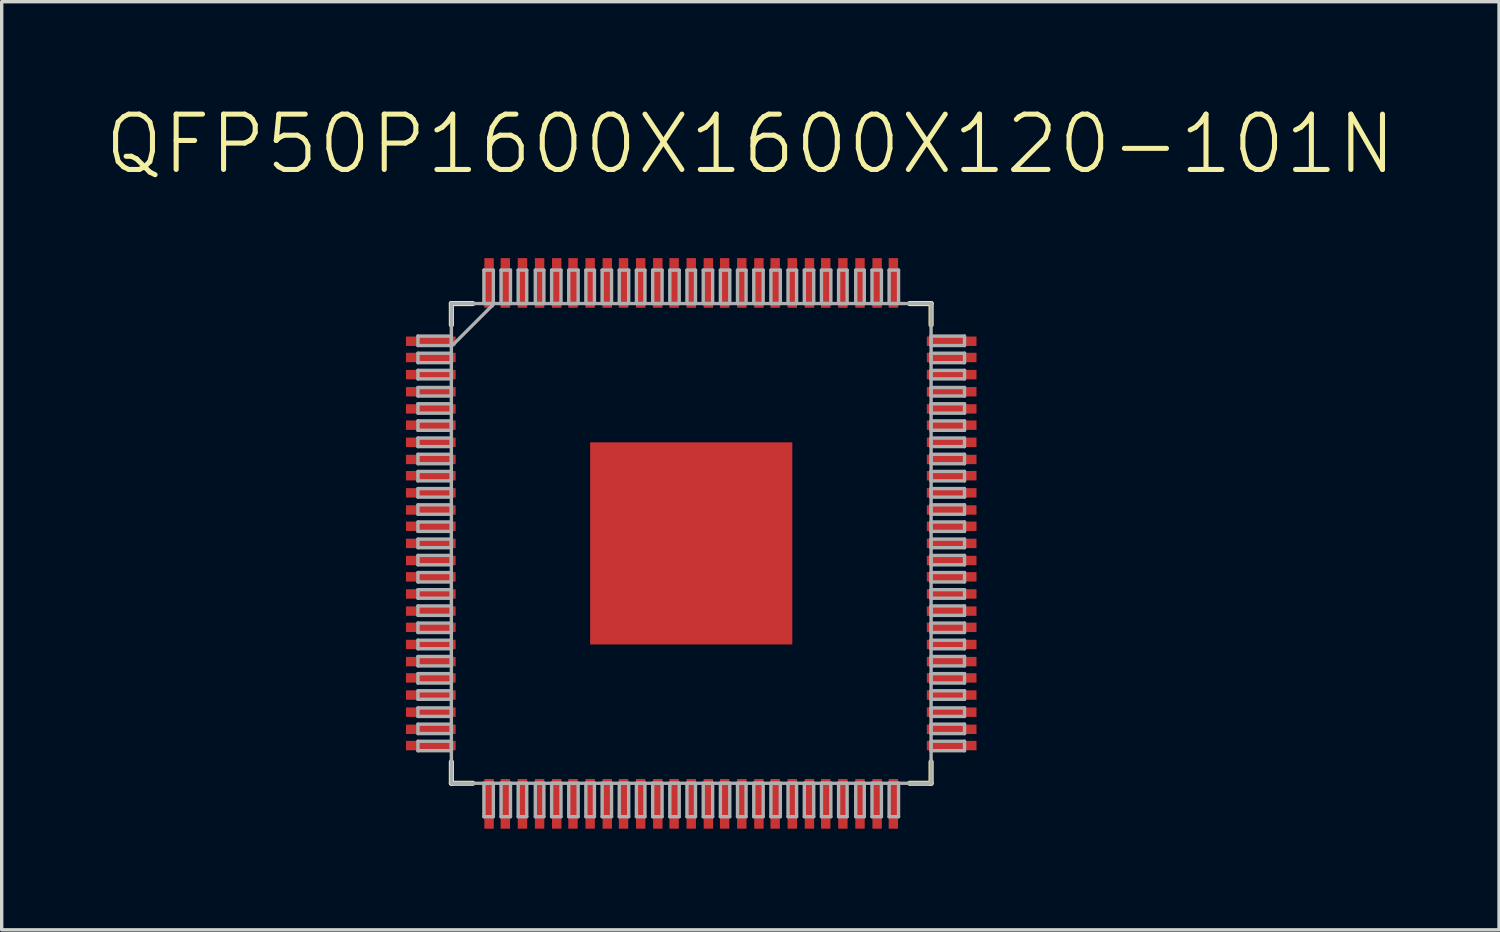
<source format=kicad_pcb>
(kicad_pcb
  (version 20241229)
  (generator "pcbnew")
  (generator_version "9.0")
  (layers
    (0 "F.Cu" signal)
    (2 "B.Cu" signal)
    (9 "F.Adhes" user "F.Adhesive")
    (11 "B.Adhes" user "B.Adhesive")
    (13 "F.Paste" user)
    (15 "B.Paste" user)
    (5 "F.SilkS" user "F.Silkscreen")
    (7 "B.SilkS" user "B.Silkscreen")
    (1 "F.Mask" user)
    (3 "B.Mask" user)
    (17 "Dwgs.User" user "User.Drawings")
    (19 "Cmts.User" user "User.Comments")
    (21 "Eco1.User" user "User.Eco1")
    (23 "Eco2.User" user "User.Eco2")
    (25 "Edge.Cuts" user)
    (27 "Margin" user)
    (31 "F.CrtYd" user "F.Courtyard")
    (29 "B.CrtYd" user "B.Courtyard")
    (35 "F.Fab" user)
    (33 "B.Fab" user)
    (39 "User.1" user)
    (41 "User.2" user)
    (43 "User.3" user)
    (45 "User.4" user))
  (footprint "QFP50P1600X1600X120-101N"
    (layer "F.Cu")
    (at 17.445 13.062)
    (property "Reference" "QFP50P1600X1600X120-101N" (at 1.753 -11.839 0) (layer "F.SilkS") (effects (font (size 1.64 1.64) (thickness 0.15))))
    (attr smd)
    (fp_line (start -7.112 -7.112) (end -7.112 -6.477) (stroke (width 0.152) (type solid)) (layer "F.SilkS"))
    (fp_line (start -7.112 6.477) (end -7.112 7.112) (stroke (width 0.152) (type solid)) (layer "F.SilkS"))
    (fp_line (start -7.112 7.112) (end -6.477 7.112) (stroke (width 0.152) (type solid)) (layer "F.SilkS"))
    (fp_line (start -6.477 -7.112) (end -7.112 -7.112) (stroke (width 0.152) (type solid)) (layer "F.SilkS"))
    (fp_line (start 6.477 7.112) (end 7.112 7.112) (stroke (width 0.152) (type solid)) (layer "F.SilkS"))
    (fp_line (start 7.112 -7.112) (end 6.477 -7.112) (stroke (width 0.152) (type solid)) (layer "F.SilkS"))
    (fp_line (start 7.112 -6.477) (end 7.112 -7.112) (stroke (width 0.152) (type solid)) (layer "F.SilkS"))
    (fp_line (start 7.112 7.112) (end 7.112 6.477) (stroke (width 0.152) (type solid)) (layer "F.SilkS"))
    (fp_line (start -8.103 -6.147) (end -8.103 -5.867) (stroke (width 0.1) (type solid)) (layer "F.Fab"))
    (fp_line (start -8.103 -5.867) (end -7.112 -5.867) (stroke (width 0.1) (type solid)) (layer "F.Fab"))
    (fp_line (start -8.103 -5.639) (end -8.103 -5.359) (stroke (width 0.1) (type solid)) (layer "F.Fab"))
    (fp_line (start -8.103 -5.359) (end -7.112 -5.359) (stroke (width 0.1) (type solid)) (layer "F.Fab"))
    (fp_line (start -8.103 -5.131) (end -8.103 -4.877) (stroke (width 0.1) (type solid)) (layer "F.Fab"))
    (fp_line (start -8.103 -4.877) (end -7.112 -4.877) (stroke (width 0.1) (type solid)) (layer "F.Fab"))
    (fp_line (start -8.103 -4.623) (end -8.103 -4.369) (stroke (width 0.1) (type solid)) (layer "F.Fab"))
    (fp_line (start -8.103 -4.369) (end -7.112 -4.369) (stroke (width 0.1) (type solid)) (layer "F.Fab"))
    (fp_line (start -8.103 -4.14) (end -8.103 -3.861) (stroke (width 0.1) (type solid)) (layer "F.Fab"))
    (fp_line (start -8.103 -3.861) (end -7.112 -3.861) (stroke (width 0.1) (type solid)) (layer "F.Fab"))
    (fp_line (start -8.103 -3.632) (end -8.103 -3.353) (stroke (width 0.1) (type solid)) (layer "F.Fab"))
    (fp_line (start -8.103 -3.353) (end -7.112 -3.353) (stroke (width 0.1) (type solid)) (layer "F.Fab"))
    (fp_line (start -8.103 -3.124) (end -8.103 -2.87) (stroke (width 0.1) (type solid)) (layer "F.Fab"))
    (fp_line (start -8.103 -2.87) (end -7.112 -2.87) (stroke (width 0.1) (type solid)) (layer "F.Fab"))
    (fp_line (start -8.103 -2.642) (end -8.103 -2.362) (stroke (width 0.1) (type solid)) (layer "F.Fab"))
    (fp_line (start -8.103 -2.362) (end -7.112 -2.362) (stroke (width 0.1) (type solid)) (layer "F.Fab"))
    (fp_line (start -8.103 -2.134) (end -8.103 -1.854) (stroke (width 0.1) (type solid)) (layer "F.Fab"))
    (fp_line (start -8.103 -1.854) (end -7.112 -1.854) (stroke (width 0.1) (type solid)) (layer "F.Fab"))
    (fp_line (start -8.103 -1.626) (end -8.103 -1.372) (stroke (width 0.1) (type solid)) (layer "F.Fab"))
    (fp_line (start -8.103 -1.372) (end -7.112 -1.372) (stroke (width 0.1) (type solid)) (layer "F.Fab"))
    (fp_line (start -8.103 -1.143) (end -8.103 -0.864) (stroke (width 0.1) (type solid)) (layer "F.Fab"))
    (fp_line (start -8.103 -0.864) (end -7.112 -0.864) (stroke (width 0.1) (type solid)) (layer "F.Fab"))
    (fp_line (start -8.103 -0.635) (end -8.103 -0.356) (stroke (width 0.1) (type solid)) (layer "F.Fab"))
    (fp_line (start -8.103 -0.356) (end -7.112 -0.356) (stroke (width 0.1) (type solid)) (layer "F.Fab"))
    (fp_line (start -8.103 -0.127) (end -8.103 0.127) (stroke (width 0.1) (type solid)) (layer "F.Fab"))
    (fp_line (start -8.103 0.127) (end -7.112 0.127) (stroke (width 0.1) (type solid)) (layer "F.Fab"))
    (fp_line (start -8.103 0.356) (end -8.103 0.635) (stroke (width 0.1) (type solid)) (layer "F.Fab"))
    (fp_line (start -8.103 0.635) (end -7.112 0.635) (stroke (width 0.1) (type solid)) (layer "F.Fab"))
    (fp_line (start -8.103 0.864) (end -8.103 1.143) (stroke (width 0.1) (type solid)) (layer "F.Fab"))
    (fp_line (start -8.103 1.143) (end -7.112 1.143) (stroke (width 0.1) (type solid)) (layer "F.Fab"))
    (fp_line (start -8.103 1.372) (end -8.103 1.626) (stroke (width 0.1) (type solid)) (layer "F.Fab"))
    (fp_line (start -8.103 1.626) (end -7.112 1.626) (stroke (width 0.1) (type solid)) (layer "F.Fab"))
    (fp_line (start -8.103 1.854) (end -8.103 2.134) (stroke (width 0.1) (type solid)) (layer "F.Fab"))
    (fp_line (start -8.103 2.134) (end -7.112 2.134) (stroke (width 0.1) (type solid)) (layer "F.Fab"))
    (fp_line (start -8.103 2.362) (end -8.103 2.642) (stroke (width 0.1) (type solid)) (layer "F.Fab"))
    (fp_line (start -8.103 2.642) (end -7.112 2.642) (stroke (width 0.1) (type solid)) (layer "F.Fab"))
    (fp_line (start -8.103 2.87) (end -8.103 3.124) (stroke (width 0.1) (type solid)) (layer "F.Fab"))
    (fp_line (start -8.103 3.124) (end -7.112 3.124) (stroke (width 0.1) (type solid)) (layer "F.Fab"))
    (fp_line (start -8.103 3.353) (end -8.103 3.632) (stroke (width 0.1) (type solid)) (layer "F.Fab"))
    (fp_line (start -8.103 3.632) (end -7.112 3.632) (stroke (width 0.1) (type solid)) (layer "F.Fab"))
    (fp_line (start -8.103 3.861) (end -8.103 4.14) (stroke (width 0.1) (type solid)) (layer "F.Fab"))
    (fp_line (start -8.103 4.14) (end -7.112 4.14) (stroke (width 0.1) (type solid)) (layer "F.Fab"))
    (fp_line (start -8.103 4.369) (end -8.103 4.623) (stroke (width 0.1) (type solid)) (layer "F.Fab"))
    (fp_line (start -8.103 4.623) (end -7.112 4.623) (stroke (width 0.1) (type solid)) (layer "F.Fab"))
    (fp_line (start -8.103 4.877) (end -8.103 5.131) (stroke (width 0.1) (type solid)) (layer "F.Fab"))
    (fp_line (start -8.103 5.131) (end -7.112 5.131) (stroke (width 0.1) (type solid)) (layer "F.Fab"))
    (fp_line (start -8.103 5.359) (end -8.103 5.639) (stroke (width 0.1) (type solid)) (layer "F.Fab"))
    (fp_line (start -8.103 5.639) (end -7.112 5.639) (stroke (width 0.1) (type solid)) (layer "F.Fab"))
    (fp_line (start -8.103 5.867) (end -8.103 6.147) (stroke (width 0.1) (type solid)) (layer "F.Fab"))
    (fp_line (start -8.103 6.147) (end -7.112 6.147) (stroke (width 0.1) (type solid)) (layer "F.Fab"))
    (fp_line (start -7.112 -7.112) (end -7.112 7.112) (stroke (width 0.1) (type solid)) (layer "F.Fab"))
    (fp_line (start -7.112 -6.147) (end -8.103 -6.147) (stroke (width 0.1) (type solid)) (layer "F.Fab"))
    (fp_line (start -7.112 -5.867) (end -7.112 -6.147) (stroke (width 0.1) (type solid)) (layer "F.Fab"))
    (fp_line (start -7.112 -5.842) (end -5.842 -7.112) (stroke (width 0.1) (type solid)) (layer "F.Fab"))
    (fp_line (start -7.112 -5.639) (end -8.103 -5.639) (stroke (width 0.1) (type solid)) (layer "F.Fab"))
    (fp_line (start -7.112 -5.359) (end -7.112 -5.639) (stroke (width 0.1) (type solid)) (layer "F.Fab"))
    (fp_line (start -7.112 -5.131) (end -8.103 -5.131) (stroke (width 0.1) (type solid)) (layer "F.Fab"))
    (fp_line (start -7.112 -4.877) (end -7.112 -5.131) (stroke (width 0.1) (type solid)) (layer "F.Fab"))
    (fp_line (start -7.112 -4.623) (end -8.103 -4.623) (stroke (width 0.1) (type solid)) (layer "F.Fab"))
    (fp_line (start -7.112 -4.369) (end -7.112 -4.623) (stroke (width 0.1) (type solid)) (layer "F.Fab"))
    (fp_line (start -7.112 -4.14) (end -8.103 -4.14) (stroke (width 0.1) (type solid)) (layer "F.Fab"))
    (fp_line (start -7.112 -3.861) (end -7.112 -4.14) (stroke (width 0.1) (type solid)) (layer "F.Fab"))
    (fp_line (start -7.112 -3.632) (end -8.103 -3.632) (stroke (width 0.1) (type solid)) (layer "F.Fab"))
    (fp_line (start -7.112 -3.353) (end -7.112 -3.632) (stroke (width 0.1) (type solid)) (layer "F.Fab"))
    (fp_line (start -7.112 -3.124) (end -8.103 -3.124) (stroke (width 0.1) (type solid)) (layer "F.Fab"))
    (fp_line (start -7.112 -2.87) (end -7.112 -3.124) (stroke (width 0.1) (type solid)) (layer "F.Fab"))
    (fp_line (start -7.112 -2.642) (end -8.103 -2.642) (stroke (width 0.1) (type solid)) (layer "F.Fab"))
    (fp_line (start -7.112 -2.362) (end -7.112 -2.642) (stroke (width 0.1) (type solid)) (layer "F.Fab"))
    (fp_line (start -7.112 -2.134) (end -8.103 -2.134) (stroke (width 0.1) (type solid)) (layer "F.Fab"))
    (fp_line (start -7.112 -1.854) (end -7.112 -2.134) (stroke (width 0.1) (type solid)) (layer "F.Fab"))
    (fp_line (start -7.112 -1.626) (end -8.103 -1.626) (stroke (width 0.1) (type solid)) (layer "F.Fab"))
    (fp_line (start -7.112 -1.372) (end -7.112 -1.626) (stroke (width 0.1) (type solid)) (layer "F.Fab"))
    (fp_line (start -7.112 -1.143) (end -8.103 -1.143) (stroke (width 0.1) (type solid)) (layer "F.Fab"))
    (fp_line (start -7.112 -0.864) (end -7.112 -1.143) (stroke (width 0.1) (type solid)) (layer "F.Fab"))
    (fp_line (start -7.112 -0.635) (end -8.103 -0.635) (stroke (width 0.1) (type solid)) (layer "F.Fab"))
    (fp_line (start -7.112 -0.356) (end -7.112 -0.635) (stroke (width 0.1) (type solid)) (layer "F.Fab"))
    (fp_line (start -7.112 -0.127) (end -8.103 -0.127) (stroke (width 0.1) (type solid)) (layer "F.Fab"))
    (fp_line (start -7.112 0.127) (end -7.112 -0.127) (stroke (width 0.1) (type solid)) (layer "F.Fab"))
    (fp_line (start -7.112 0.356) (end -8.103 0.356) (stroke (width 0.1) (type solid)) (layer "F.Fab"))
    (fp_line (start -7.112 0.635) (end -7.112 0.356) (stroke (width 0.1) (type solid)) (layer "F.Fab"))
    (fp_line (start -7.112 0.864) (end -8.103 0.864) (stroke (width 0.1) (type solid)) (layer "F.Fab"))
    (fp_line (start -7.112 1.143) (end -7.112 0.864) (stroke (width 0.1) (type solid)) (layer "F.Fab"))
    (fp_line (start -7.112 1.372) (end -8.103 1.372) (stroke (width 0.1) (type solid)) (layer "F.Fab"))
    (fp_line (start -7.112 1.626) (end -7.112 1.372) (stroke (width 0.1) (type solid)) (layer "F.Fab"))
    (fp_line (start -7.112 1.854) (end -8.103 1.854) (stroke (width 0.1) (type solid)) (layer "F.Fab"))
    (fp_line (start -7.112 2.134) (end -7.112 1.854) (stroke (width 0.1) (type solid)) (layer "F.Fab"))
    (fp_line (start -7.112 2.362) (end -8.103 2.362) (stroke (width 0.1) (type solid)) (layer "F.Fab"))
    (fp_line (start -7.112 2.642) (end -7.112 2.362) (stroke (width 0.1) (type solid)) (layer "F.Fab"))
    (fp_line (start -7.112 2.87) (end -8.103 2.87) (stroke (width 0.1) (type solid)) (layer "F.Fab"))
    (fp_line (start -7.112 3.124) (end -7.112 2.87) (stroke (width 0.1) (type solid)) (layer "F.Fab"))
    (fp_line (start -7.112 3.353) (end -8.103 3.353) (stroke (width 0.1) (type solid)) (layer "F.Fab"))
    (fp_line (start -7.112 3.632) (end -7.112 3.353) (stroke (width 0.1) (type solid)) (layer "F.Fab"))
    (fp_line (start -7.112 3.861) (end -8.103 3.861) (stroke (width 0.1) (type solid)) (layer "F.Fab"))
    (fp_line (start -7.112 4.14) (end -7.112 3.861) (stroke (width 0.1) (type solid)) (layer "F.Fab"))
    (fp_line (start -7.112 4.369) (end -8.103 4.369) (stroke (width 0.1) (type solid)) (layer "F.Fab"))
    (fp_line (start -7.112 4.623) (end -7.112 4.369) (stroke (width 0.1) (type solid)) (layer "F.Fab"))
    (fp_line (start -7.112 4.877) (end -8.103 4.877) (stroke (width 0.1) (type solid)) (layer "F.Fab"))
    (fp_line (start -7.112 5.131) (end -7.112 4.877) (stroke (width 0.1) (type solid)) (layer "F.Fab"))
    (fp_line (start -7.112 5.359) (end -8.103 5.359) (stroke (width 0.1) (type solid)) (layer "F.Fab"))
    (fp_line (start -7.112 5.639) (end -7.112 5.359) (stroke (width 0.1) (type solid)) (layer "F.Fab"))
    (fp_line (start -7.112 5.867) (end -8.103 5.867) (stroke (width 0.1) (type solid)) (layer "F.Fab"))
    (fp_line (start -7.112 6.147) (end -7.112 5.867) (stroke (width 0.1) (type solid)) (layer "F.Fab"))
    (fp_line (start -7.112 7.112) (end 7.112 7.112) (stroke (width 0.1) (type solid)) (layer "F.Fab"))
    (fp_line (start -6.147 -8.103) (end -6.147 -7.112) (stroke (width 0.1) (type solid)) (layer "F.Fab"))
    (fp_line (start -6.147 -7.112) (end -5.867 -7.112) (stroke (width 0.1) (type solid)) (layer "F.Fab"))
    (fp_line (start -6.147 7.112) (end -6.147 8.103) (stroke (width 0.1) (type solid)) (layer "F.Fab"))
    (fp_line (start -6.147 8.103) (end -5.867 8.103) (stroke (width 0.1) (type solid)) (layer "F.Fab"))
    (fp_line (start -5.867 -8.103) (end -6.147 -8.103) (stroke (width 0.1) (type solid)) (layer "F.Fab"))
    (fp_line (start -5.867 -7.112) (end -5.867 -8.103) (stroke (width 0.1) (type solid)) (layer "F.Fab"))
    (fp_line (start -5.867 7.112) (end -6.147 7.112) (stroke (width 0.1) (type solid)) (layer "F.Fab"))
    (fp_line (start -5.867 8.103) (end -5.867 7.112) (stroke (width 0.1) (type solid)) (layer "F.Fab"))
    (fp_line (start -5.639 -8.103) (end -5.639 -7.112) (stroke (width 0.1) (type solid)) (layer "F.Fab"))
    (fp_line (start -5.639 -7.112) (end -5.359 -7.112) (stroke (width 0.1) (type solid)) (layer "F.Fab"))
    (fp_line (start -5.639 7.112) (end -5.639 8.103) (stroke (width 0.1) (type solid)) (layer "F.Fab"))
    (fp_line (start -5.639 8.103) (end -5.359 8.103) (stroke (width 0.1) (type solid)) (layer "F.Fab"))
    (fp_line (start -5.359 -8.103) (end -5.639 -8.103) (stroke (width 0.1) (type solid)) (layer "F.Fab"))
    (fp_line (start -5.359 -7.112) (end -5.359 -8.103) (stroke (width 0.1) (type solid)) (layer "F.Fab"))
    (fp_line (start -5.359 7.112) (end -5.639 7.112) (stroke (width 0.1) (type solid)) (layer "F.Fab"))
    (fp_line (start -5.359 8.103) (end -5.359 7.112) (stroke (width 0.1) (type solid)) (layer "F.Fab"))
    (fp_line (start -5.131 -8.103) (end -5.131 -7.112) (stroke (width 0.1) (type solid)) (layer "F.Fab"))
    (fp_line (start -5.131 -7.112) (end -4.877 -7.112) (stroke (width 0.1) (type solid)) (layer "F.Fab"))
    (fp_line (start -5.131 7.112) (end -5.131 8.103) (stroke (width 0.1) (type solid)) (layer "F.Fab"))
    (fp_line (start -5.131 8.103) (end -4.877 8.103) (stroke (width 0.1) (type solid)) (layer "F.Fab"))
    (fp_line (start -4.877 -8.103) (end -5.131 -8.103) (stroke (width 0.1) (type solid)) (layer "F.Fab"))
    (fp_line (start -4.877 -7.112) (end -4.877 -8.103) (stroke (width 0.1) (type solid)) (layer "F.Fab"))
    (fp_line (start -4.877 7.112) (end -5.131 7.112) (stroke (width 0.1) (type solid)) (layer "F.Fab"))
    (fp_line (start -4.877 8.103) (end -4.877 7.112) (stroke (width 0.1) (type solid)) (layer "F.Fab"))
    (fp_line (start -4.623 -8.103) (end -4.623 -7.112) (stroke (width 0.1) (type solid)) (layer "F.Fab"))
    (fp_line (start -4.623 -7.112) (end -4.369 -7.112) (stroke (width 0.1) (type solid)) (layer "F.Fab"))
    (fp_line (start -4.623 7.112) (end -4.623 8.103) (stroke (width 0.1) (type solid)) (layer "F.Fab"))
    (fp_line (start -4.623 8.103) (end -4.369 8.103) (stroke (width 0.1) (type solid)) (layer "F.Fab"))
    (fp_line (start -4.369 -8.103) (end -4.623 -8.103) (stroke (width 0.1) (type solid)) (layer "F.Fab"))
    (fp_line (start -4.369 -7.112) (end -4.369 -8.103) (stroke (width 0.1) (type solid)) (layer "F.Fab"))
    (fp_line (start -4.369 7.112) (end -4.623 7.112) (stroke (width 0.1) (type solid)) (layer "F.Fab"))
    (fp_line (start -4.369 8.103) (end -4.369 7.112) (stroke (width 0.1) (type solid)) (layer "F.Fab"))
    (fp_line (start -4.14 -8.103) (end -4.14 -7.112) (stroke (width 0.1) (type solid)) (layer "F.Fab"))
    (fp_line (start -4.14 -7.112) (end -3.861 -7.112) (stroke (width 0.1) (type solid)) (layer "F.Fab"))
    (fp_line (start -4.14 7.112) (end -4.14 8.103) (stroke (width 0.1) (type solid)) (layer "F.Fab"))
    (fp_line (start -4.14 8.103) (end -3.861 8.103) (stroke (width 0.1) (type solid)) (layer "F.Fab"))
    (fp_line (start -3.861 -8.103) (end -4.14 -8.103) (stroke (width 0.1) (type solid)) (layer "F.Fab"))
    (fp_line (start -3.861 -7.112) (end -3.861 -8.103) (stroke (width 0.1) (type solid)) (layer "F.Fab"))
    (fp_line (start -3.861 7.112) (end -4.14 7.112) (stroke (width 0.1) (type solid)) (layer "F.Fab"))
    (fp_line (start -3.861 8.103) (end -3.861 7.112) (stroke (width 0.1) (type solid)) (layer "F.Fab"))
    (fp_line (start -3.632 -8.103) (end -3.632 -7.112) (stroke (width 0.1) (type solid)) (layer "F.Fab"))
    (fp_line (start -3.632 -7.112) (end -3.353 -7.112) (stroke (width 0.1) (type solid)) (layer "F.Fab"))
    (fp_line (start -3.632 7.112) (end -3.632 8.103) (stroke (width 0.1) (type solid)) (layer "F.Fab"))
    (fp_line (start -3.632 8.103) (end -3.353 8.103) (stroke (width 0.1) (type solid)) (layer "F.Fab"))
    (fp_line (start -3.353 -8.103) (end -3.632 -8.103) (stroke (width 0.1) (type solid)) (layer "F.Fab"))
    (fp_line (start -3.353 -7.112) (end -3.353 -8.103) (stroke (width 0.1) (type solid)) (layer "F.Fab"))
    (fp_line (start -3.353 7.112) (end -3.632 7.112) (stroke (width 0.1) (type solid)) (layer "F.Fab"))
    (fp_line (start -3.353 8.103) (end -3.353 7.112) (stroke (width 0.1) (type solid)) (layer "F.Fab"))
    (fp_line (start -3.124 -8.103) (end -3.124 -7.112) (stroke (width 0.1) (type solid)) (layer "F.Fab"))
    (fp_line (start -3.124 -7.112) (end -2.87 -7.112) (stroke (width 0.1) (type solid)) (layer "F.Fab"))
    (fp_line (start -3.124 7.112) (end -3.124 8.103) (stroke (width 0.1) (type solid)) (layer "F.Fab"))
    (fp_line (start -3.124 8.103) (end -2.87 8.103) (stroke (width 0.1) (type solid)) (layer "F.Fab"))
    (fp_line (start -2.87 -8.103) (end -3.124 -8.103) (stroke (width 0.1) (type solid)) (layer "F.Fab"))
    (fp_line (start -2.87 -7.112) (end -2.87 -8.103) (stroke (width 0.1) (type solid)) (layer "F.Fab"))
    (fp_line (start -2.87 7.112) (end -3.124 7.112) (stroke (width 0.1) (type solid)) (layer "F.Fab"))
    (fp_line (start -2.87 8.103) (end -2.87 7.112) (stroke (width 0.1) (type solid)) (layer "F.Fab"))
    (fp_line (start -2.642 -8.103) (end -2.642 -7.112) (stroke (width 0.1) (type solid)) (layer "F.Fab"))
    (fp_line (start -2.642 -7.112) (end -2.362 -7.112) (stroke (width 0.1) (type solid)) (layer "F.Fab"))
    (fp_line (start -2.642 7.112) (end -2.642 8.103) (stroke (width 0.1) (type solid)) (layer "F.Fab"))
    (fp_line (start -2.642 8.103) (end -2.362 8.103) (stroke (width 0.1) (type solid)) (layer "F.Fab"))
    (fp_line (start -2.362 -8.103) (end -2.642 -8.103) (stroke (width 0.1) (type solid)) (layer "F.Fab"))
    (fp_line (start -2.362 -7.112) (end -2.362 -8.103) (stroke (width 0.1) (type solid)) (layer "F.Fab"))
    (fp_line (start -2.362 7.112) (end -2.642 7.112) (stroke (width 0.1) (type solid)) (layer "F.Fab"))
    (fp_line (start -2.362 8.103) (end -2.362 7.112) (stroke (width 0.1) (type solid)) (layer "F.Fab"))
    (fp_line (start -2.134 -8.103) (end -2.134 -7.112) (stroke (width 0.1) (type solid)) (layer "F.Fab"))
    (fp_line (start -2.134 -7.112) (end -1.854 -7.112) (stroke (width 0.1) (type solid)) (layer "F.Fab"))
    (fp_line (start -2.134 7.112) (end -2.134 8.103) (stroke (width 0.1) (type solid)) (layer "F.Fab"))
    (fp_line (start -2.134 8.103) (end -1.854 8.103) (stroke (width 0.1) (type solid)) (layer "F.Fab"))
    (fp_line (start -1.854 -8.103) (end -2.134 -8.103) (stroke (width 0.1) (type solid)) (layer "F.Fab"))
    (fp_line (start -1.854 -7.112) (end -1.854 -8.103) (stroke (width 0.1) (type solid)) (layer "F.Fab"))
    (fp_line (start -1.854 7.112) (end -2.134 7.112) (stroke (width 0.1) (type solid)) (layer "F.Fab"))
    (fp_line (start -1.854 8.103) (end -1.854 7.112) (stroke (width 0.1) (type solid)) (layer "F.Fab"))
    (fp_line (start -1.626 -8.103) (end -1.626 -7.112) (stroke (width 0.1) (type solid)) (layer "F.Fab"))
    (fp_line (start -1.626 -7.112) (end -1.372 -7.112) (stroke (width 0.1) (type solid)) (layer "F.Fab"))
    (fp_line (start -1.626 7.112) (end -1.626 8.103) (stroke (width 0.1) (type solid)) (layer "F.Fab"))
    (fp_line (start -1.626 8.103) (end -1.372 8.103) (stroke (width 0.1) (type solid)) (layer "F.Fab"))
    (fp_line (start -1.372 -8.103) (end -1.626 -8.103) (stroke (width 0.1) (type solid)) (layer "F.Fab"))
    (fp_line (start -1.372 -7.112) (end -1.372 -8.103) (stroke (width 0.1) (type solid)) (layer "F.Fab"))
    (fp_line (start -1.372 7.112) (end -1.626 7.112) (stroke (width 0.1) (type solid)) (layer "F.Fab"))
    (fp_line (start -1.372 8.103) (end -1.372 7.112) (stroke (width 0.1) (type solid)) (layer "F.Fab"))
    (fp_line (start -1.143 -8.103) (end -1.143 -7.112) (stroke (width 0.1) (type solid)) (layer "F.Fab"))
    (fp_line (start -1.143 -7.112) (end -0.864 -7.112) (stroke (width 0.1) (type solid)) (layer "F.Fab"))
    (fp_line (start -1.143 7.112) (end -1.143 8.103) (stroke (width 0.1) (type solid)) (layer "F.Fab"))
    (fp_line (start -1.143 8.103) (end -0.864 8.103) (stroke (width 0.1) (type solid)) (layer "F.Fab"))
    (fp_line (start -0.864 -8.103) (end -1.143 -8.103) (stroke (width 0.1) (type solid)) (layer "F.Fab"))
    (fp_line (start -0.864 -7.112) (end -0.864 -8.103) (stroke (width 0.1) (type solid)) (layer "F.Fab"))
    (fp_line (start -0.864 7.112) (end -1.143 7.112) (stroke (width 0.1) (type solid)) (layer "F.Fab"))
    (fp_line (start -0.864 8.103) (end -0.864 7.112) (stroke (width 0.1) (type solid)) (layer "F.Fab"))
    (fp_line (start -0.635 -8.103) (end -0.635 -7.112) (stroke (width 0.1) (type solid)) (layer "F.Fab"))
    (fp_line (start -0.635 -7.112) (end -0.356 -7.112) (stroke (width 0.1) (type solid)) (layer "F.Fab"))
    (fp_line (start -0.635 7.112) (end -0.635 8.103) (stroke (width 0.1) (type solid)) (layer "F.Fab"))
    (fp_line (start -0.635 8.103) (end -0.356 8.103) (stroke (width 0.1) (type solid)) (layer "F.Fab"))
    (fp_line (start -0.356 -8.103) (end -0.635 -8.103) (stroke (width 0.1) (type solid)) (layer "F.Fab"))
    (fp_line (start -0.356 -7.112) (end -0.356 -8.103) (stroke (width 0.1) (type solid)) (layer "F.Fab"))
    (fp_line (start -0.356 7.112) (end -0.635 7.112) (stroke (width 0.1) (type solid)) (layer "F.Fab"))
    (fp_line (start -0.356 8.103) (end -0.356 7.112) (stroke (width 0.1) (type solid)) (layer "F.Fab"))
    (fp_line (start -0.127 -8.103) (end -0.127 -7.112) (stroke (width 0.1) (type solid)) (layer "F.Fab"))
    (fp_line (start -0.127 -7.112) (end 0.127 -7.112) (stroke (width 0.1) (type solid)) (layer "F.Fab"))
    (fp_line (start -0.127 7.112) (end -0.127 8.103) (stroke (width 0.1) (type solid)) (layer "F.Fab"))
    (fp_line (start -0.127 8.103) (end 0.127 8.103) (stroke (width 0.1) (type solid)) (layer "F.Fab"))
    (fp_line (start 0.127 -8.103) (end -0.127 -8.103) (stroke (width 0.1) (type solid)) (layer "F.Fab"))
    (fp_line (start 0.127 -7.112) (end 0.127 -8.103) (stroke (width 0.1) (type solid)) (layer "F.Fab"))
    (fp_line (start 0.127 7.112) (end -0.127 7.112) (stroke (width 0.1) (type solid)) (layer "F.Fab"))
    (fp_line (start 0.127 8.103) (end 0.127 7.112) (stroke (width 0.1) (type solid)) (layer "F.Fab"))
    (fp_line (start 0.356 -8.103) (end 0.356 -7.112) (stroke (width 0.1) (type solid)) (layer "F.Fab"))
    (fp_line (start 0.356 -7.112) (end 0.635 -7.112) (stroke (width 0.1) (type solid)) (layer "F.Fab"))
    (fp_line (start 0.356 7.112) (end 0.356 8.103) (stroke (width 0.1) (type solid)) (layer "F.Fab"))
    (fp_line (start 0.356 8.103) (end 0.635 8.103) (stroke (width 0.1) (type solid)) (layer "F.Fab"))
    (fp_line (start 0.635 -8.103) (end 0.356 -8.103) (stroke (width 0.1) (type solid)) (layer "F.Fab"))
    (fp_line (start 0.635 -7.112) (end 0.635 -8.103) (stroke (width 0.1) (type solid)) (layer "F.Fab"))
    (fp_line (start 0.635 7.112) (end 0.356 7.112) (stroke (width 0.1) (type solid)) (layer "F.Fab"))
    (fp_line (start 0.635 8.103) (end 0.635 7.112) (stroke (width 0.1) (type solid)) (layer "F.Fab"))
    (fp_line (start 0.864 -8.103) (end 0.864 -7.112) (stroke (width 0.1) (type solid)) (layer "F.Fab"))
    (fp_line (start 0.864 -7.112) (end 1.143 -7.112) (stroke (width 0.1) (type solid)) (layer "F.Fab"))
    (fp_line (start 0.864 7.112) (end 0.864 8.103) (stroke (width 0.1) (type solid)) (layer "F.Fab"))
    (fp_line (start 0.864 8.103) (end 1.143 8.103) (stroke (width 0.1) (type solid)) (layer "F.Fab"))
    (fp_line (start 1.143 -8.103) (end 0.864 -8.103) (stroke (width 0.1) (type solid)) (layer "F.Fab"))
    (fp_line (start 1.143 -7.112) (end 1.143 -8.103) (stroke (width 0.1) (type solid)) (layer "F.Fab"))
    (fp_line (start 1.143 7.112) (end 0.864 7.112) (stroke (width 0.1) (type solid)) (layer "F.Fab"))
    (fp_line (start 1.143 8.103) (end 1.143 7.112) (stroke (width 0.1) (type solid)) (layer "F.Fab"))
    (fp_line (start 1.372 -8.103) (end 1.372 -7.112) (stroke (width 0.1) (type solid)) (layer "F.Fab"))
    (fp_line (start 1.372 -7.112) (end 1.626 -7.112) (stroke (width 0.1) (type solid)) (layer "F.Fab"))
    (fp_line (start 1.372 7.112) (end 1.372 8.103) (stroke (width 0.1) (type solid)) (layer "F.Fab"))
    (fp_line (start 1.372 8.103) (end 1.626 8.103) (stroke (width 0.1) (type solid)) (layer "F.Fab"))
    (fp_line (start 1.626 -8.103) (end 1.372 -8.103) (stroke (width 0.1) (type solid)) (layer "F.Fab"))
    (fp_line (start 1.626 -7.112) (end 1.626 -8.103) (stroke (width 0.1) (type solid)) (layer "F.Fab"))
    (fp_line (start 1.626 7.112) (end 1.372 7.112) (stroke (width 0.1) (type solid)) (layer "F.Fab"))
    (fp_line (start 1.626 8.103) (end 1.626 7.112) (stroke (width 0.1) (type solid)) (layer "F.Fab"))
    (fp_line (start 1.854 -8.103) (end 1.854 -7.112) (stroke (width 0.1) (type solid)) (layer "F.Fab"))
    (fp_line (start 1.854 -7.112) (end 2.134 -7.112) (stroke (width 0.1) (type solid)) (layer "F.Fab"))
    (fp_line (start 1.854 7.112) (end 1.854 8.103) (stroke (width 0.1) (type solid)) (layer "F.Fab"))
    (fp_line (start 1.854 8.103) (end 2.134 8.103) (stroke (width 0.1) (type solid)) (layer "F.Fab"))
    (fp_line (start 2.134 -8.103) (end 1.854 -8.103) (stroke (width 0.1) (type solid)) (layer "F.Fab"))
    (fp_line (start 2.134 -7.112) (end 2.134 -8.103) (stroke (width 0.1) (type solid)) (layer "F.Fab"))
    (fp_line (start 2.134 7.112) (end 1.854 7.112) (stroke (width 0.1) (type solid)) (layer "F.Fab"))
    (fp_line (start 2.134 8.103) (end 2.134 7.112) (stroke (width 0.1) (type solid)) (layer "F.Fab"))
    (fp_line (start 2.362 -8.103) (end 2.362 -7.112) (stroke (width 0.1) (type solid)) (layer "F.Fab"))
    (fp_line (start 2.362 -7.112) (end 2.642 -7.112) (stroke (width 0.1) (type solid)) (layer "F.Fab"))
    (fp_line (start 2.362 7.112) (end 2.362 8.103) (stroke (width 0.1) (type solid)) (layer "F.Fab"))
    (fp_line (start 2.362 8.103) (end 2.642 8.103) (stroke (width 0.1) (type solid)) (layer "F.Fab"))
    (fp_line (start 2.642 -8.103) (end 2.362 -8.103) (stroke (width 0.1) (type solid)) (layer "F.Fab"))
    (fp_line (start 2.642 -7.112) (end 2.642 -8.103) (stroke (width 0.1) (type solid)) (layer "F.Fab"))
    (fp_line (start 2.642 7.112) (end 2.362 7.112) (stroke (width 0.1) (type solid)) (layer "F.Fab"))
    (fp_line (start 2.642 8.103) (end 2.642 7.112) (stroke (width 0.1) (type solid)) (layer "F.Fab"))
    (fp_line (start 2.87 -8.103) (end 2.87 -7.112) (stroke (width 0.1) (type solid)) (layer "F.Fab"))
    (fp_line (start 2.87 -7.112) (end 3.124 -7.112) (stroke (width 0.1) (type solid)) (layer "F.Fab"))
    (fp_line (start 2.87 7.112) (end 2.87 8.103) (stroke (width 0.1) (type solid)) (layer "F.Fab"))
    (fp_line (start 2.87 8.103) (end 3.124 8.103) (stroke (width 0.1) (type solid)) (layer "F.Fab"))
    (fp_line (start 3.124 -8.103) (end 2.87 -8.103) (stroke (width 0.1) (type solid)) (layer "F.Fab"))
    (fp_line (start 3.124 -7.112) (end 3.124 -8.103) (stroke (width 0.1) (type solid)) (layer "F.Fab"))
    (fp_line (start 3.124 7.112) (end 2.87 7.112) (stroke (width 0.1) (type solid)) (layer "F.Fab"))
    (fp_line (start 3.124 8.103) (end 3.124 7.112) (stroke (width 0.1) (type solid)) (layer "F.Fab"))
    (fp_line (start 3.353 -8.103) (end 3.353 -7.112) (stroke (width 0.1) (type solid)) (layer "F.Fab"))
    (fp_line (start 3.353 -7.112) (end 3.632 -7.112) (stroke (width 0.1) (type solid)) (layer "F.Fab"))
    (fp_line (start 3.353 7.112) (end 3.353 8.103) (stroke (width 0.1) (type solid)) (layer "F.Fab"))
    (fp_line (start 3.353 8.103) (end 3.632 8.103) (stroke (width 0.1) (type solid)) (layer "F.Fab"))
    (fp_line (start 3.632 -8.103) (end 3.353 -8.103) (stroke (width 0.1) (type solid)) (layer "F.Fab"))
    (fp_line (start 3.632 -7.112) (end 3.632 -8.103) (stroke (width 0.1) (type solid)) (layer "F.Fab"))
    (fp_line (start 3.632 7.112) (end 3.353 7.112) (stroke (width 0.1) (type solid)) (layer "F.Fab"))
    (fp_line (start 3.632 8.103) (end 3.632 7.112) (stroke (width 0.1) (type solid)) (layer "F.Fab"))
    (fp_line (start 3.861 -8.103) (end 3.861 -7.112) (stroke (width 0.1) (type solid)) (layer "F.Fab"))
    (fp_line (start 3.861 -7.112) (end 4.14 -7.112) (stroke (width 0.1) (type solid)) (layer "F.Fab"))
    (fp_line (start 3.861 7.112) (end 3.861 8.103) (stroke (width 0.1) (type solid)) (layer "F.Fab"))
    (fp_line (start 3.861 8.103) (end 4.14 8.103) (stroke (width 0.1) (type solid)) (layer "F.Fab"))
    (fp_line (start 4.14 -8.103) (end 3.861 -8.103) (stroke (width 0.1) (type solid)) (layer "F.Fab"))
    (fp_line (start 4.14 -7.112) (end 4.14 -8.103) (stroke (width 0.1) (type solid)) (layer "F.Fab"))
    (fp_line (start 4.14 7.112) (end 3.861 7.112) (stroke (width 0.1) (type solid)) (layer "F.Fab"))
    (fp_line (start 4.14 8.103) (end 4.14 7.112) (stroke (width 0.1) (type solid)) (layer "F.Fab"))
    (fp_line (start 4.369 -8.103) (end 4.369 -7.112) (stroke (width 0.1) (type solid)) (layer "F.Fab"))
    (fp_line (start 4.369 -7.112) (end 4.623 -7.112) (stroke (width 0.1) (type solid)) (layer "F.Fab"))
    (fp_line (start 4.369 7.112) (end 4.369 8.103) (stroke (width 0.1) (type solid)) (layer "F.Fab"))
    (fp_line (start 4.369 8.103) (end 4.623 8.103) (stroke (width 0.1) (type solid)) (layer "F.Fab"))
    (fp_line (start 4.623 -8.103) (end 4.369 -8.103) (stroke (width 0.1) (type solid)) (layer "F.Fab"))
    (fp_line (start 4.623 -7.112) (end 4.623 -8.103) (stroke (width 0.1) (type solid)) (layer "F.Fab"))
    (fp_line (start 4.623 7.112) (end 4.369 7.112) (stroke (width 0.1) (type solid)) (layer "F.Fab"))
    (fp_line (start 4.623 8.103) (end 4.623 7.112) (stroke (width 0.1) (type solid)) (layer "F.Fab"))
    (fp_line (start 4.877 -8.103) (end 4.877 -7.112) (stroke (width 0.1) (type solid)) (layer "F.Fab"))
    (fp_line (start 4.877 -7.112) (end 5.131 -7.112) (stroke (width 0.1) (type solid)) (layer "F.Fab"))
    (fp_line (start 4.877 7.112) (end 4.877 8.103) (stroke (width 0.1) (type solid)) (layer "F.Fab"))
    (fp_line (start 4.877 8.103) (end 5.131 8.103) (stroke (width 0.1) (type solid)) (layer "F.Fab"))
    (fp_line (start 5.131 -8.103) (end 4.877 -8.103) (stroke (width 0.1) (type solid)) (layer "F.Fab"))
    (fp_line (start 5.131 -7.112) (end 5.131 -8.103) (stroke (width 0.1) (type solid)) (layer "F.Fab"))
    (fp_line (start 5.131 7.112) (end 4.877 7.112) (stroke (width 0.1) (type solid)) (layer "F.Fab"))
    (fp_line (start 5.131 8.103) (end 5.131 7.112) (stroke (width 0.1) (type solid)) (layer "F.Fab"))
    (fp_line (start 5.359 -8.103) (end 5.359 -7.112) (stroke (width 0.1) (type solid)) (layer "F.Fab"))
    (fp_line (start 5.359 -7.112) (end 5.639 -7.112) (stroke (width 0.1) (type solid)) (layer "F.Fab"))
    (fp_line (start 5.359 7.112) (end 5.359 8.103) (stroke (width 0.1) (type solid)) (layer "F.Fab"))
    (fp_line (start 5.359 8.103) (end 5.639 8.103) (stroke (width 0.1) (type solid)) (layer "F.Fab"))
    (fp_line (start 5.639 -8.103) (end 5.359 -8.103) (stroke (width 0.1) (type solid)) (layer "F.Fab"))
    (fp_line (start 5.639 -7.112) (end 5.639 -8.103) (stroke (width 0.1) (type solid)) (layer "F.Fab"))
    (fp_line (start 5.639 7.112) (end 5.359 7.112) (stroke (width 0.1) (type solid)) (layer "F.Fab"))
    (fp_line (start 5.639 8.103) (end 5.639 7.112) (stroke (width 0.1) (type solid)) (layer "F.Fab"))
    (fp_line (start 5.867 -8.103) (end 5.867 -7.112) (stroke (width 0.1) (type solid)) (layer "F.Fab"))
    (fp_line (start 5.867 -7.112) (end 6.147 -7.112) (stroke (width 0.1) (type solid)) (layer "F.Fab"))
    (fp_line (start 5.867 7.112) (end 5.867 8.103) (stroke (width 0.1) (type solid)) (layer "F.Fab"))
    (fp_line (start 5.867 8.103) (end 6.147 8.103) (stroke (width 0.1) (type solid)) (layer "F.Fab"))
    (fp_line (start 6.147 -8.103) (end 5.867 -8.103) (stroke (width 0.1) (type solid)) (layer "F.Fab"))
    (fp_line (start 6.147 -7.112) (end 6.147 -8.103) (stroke (width 0.1) (type solid)) (layer "F.Fab"))
    (fp_line (start 6.147 7.112) (end 5.867 7.112) (stroke (width 0.1) (type solid)) (layer "F.Fab"))
    (fp_line (start 6.147 8.103) (end 6.147 7.112) (stroke (width 0.1) (type solid)) (layer "F.Fab"))
    (fp_line (start 7.112 -7.112) (end -7.112 -7.112) (stroke (width 0.1) (type solid)) (layer "F.Fab"))
    (fp_line (start 7.112 -6.147) (end 7.112 -5.867) (stroke (width 0.1) (type solid)) (layer "F.Fab"))
    (fp_line (start 7.112 -5.867) (end 8.103 -5.867) (stroke (width 0.1) (type solid)) (layer "F.Fab"))
    (fp_line (start 7.112 -5.639) (end 7.112 -5.359) (stroke (width 0.1) (type solid)) (layer "F.Fab"))
    (fp_line (start 7.112 -5.359) (end 8.103 -5.359) (stroke (width 0.1) (type solid)) (layer "F.Fab"))
    (fp_line (start 7.112 -5.131) (end 7.112 -4.877) (stroke (width 0.1) (type solid)) (layer "F.Fab"))
    (fp_line (start 7.112 -4.877) (end 8.103 -4.877) (stroke (width 0.1) (type solid)) (layer "F.Fab"))
    (fp_line (start 7.112 -4.623) (end 7.112 -4.369) (stroke (width 0.1) (type solid)) (layer "F.Fab"))
    (fp_line (start 7.112 -4.369) (end 8.103 -4.369) (stroke (width 0.1) (type solid)) (layer "F.Fab"))
    (fp_line (start 7.112 -4.14) (end 7.112 -3.861) (stroke (width 0.1) (type solid)) (layer "F.Fab"))
    (fp_line (start 7.112 -3.861) (end 8.103 -3.861) (stroke (width 0.1) (type solid)) (layer "F.Fab"))
    (fp_line (start 7.112 -3.632) (end 7.112 -3.353) (stroke (width 0.1) (type solid)) (layer "F.Fab"))
    (fp_line (start 7.112 -3.353) (end 8.103 -3.353) (stroke (width 0.1) (type solid)) (layer "F.Fab"))
    (fp_line (start 7.112 -3.124) (end 7.112 -2.87) (stroke (width 0.1) (type solid)) (layer "F.Fab"))
    (fp_line (start 7.112 -2.87) (end 8.103 -2.87) (stroke (width 0.1) (type solid)) (layer "F.Fab"))
    (fp_line (start 7.112 -2.642) (end 7.112 -2.362) (stroke (width 0.1) (type solid)) (layer "F.Fab"))
    (fp_line (start 7.112 -2.362) (end 8.103 -2.362) (stroke (width 0.1) (type solid)) (layer "F.Fab"))
    (fp_line (start 7.112 -2.134) (end 7.112 -1.854) (stroke (width 0.1) (type solid)) (layer "F.Fab"))
    (fp_line (start 7.112 -1.854) (end 8.103 -1.854) (stroke (width 0.1) (type solid)) (layer "F.Fab"))
    (fp_line (start 7.112 -1.626) (end 7.112 -1.372) (stroke (width 0.1) (type solid)) (layer "F.Fab"))
    (fp_line (start 7.112 -1.372) (end 8.103 -1.372) (stroke (width 0.1) (type solid)) (layer "F.Fab"))
    (fp_line (start 7.112 -1.143) (end 7.112 -0.864) (stroke (width 0.1) (type solid)) (layer "F.Fab"))
    (fp_line (start 7.112 -0.864) (end 8.103 -0.864) (stroke (width 0.1) (type solid)) (layer "F.Fab"))
    (fp_line (start 7.112 -0.635) (end 7.112 -0.356) (stroke (width 0.1) (type solid)) (layer "F.Fab"))
    (fp_line (start 7.112 -0.356) (end 8.103 -0.356) (stroke (width 0.1) (type solid)) (layer "F.Fab"))
    (fp_line (start 7.112 -0.127) (end 7.112 0.127) (stroke (width 0.1) (type solid)) (layer "F.Fab"))
    (fp_line (start 7.112 0.127) (end 8.103 0.127) (stroke (width 0.1) (type solid)) (layer "F.Fab"))
    (fp_line (start 7.112 0.356) (end 7.112 0.635) (stroke (width 0.1) (type solid)) (layer "F.Fab"))
    (fp_line (start 7.112 0.635) (end 8.103 0.635) (stroke (width 0.1) (type solid)) (layer "F.Fab"))
    (fp_line (start 7.112 0.864) (end 7.112 1.143) (stroke (width 0.1) (type solid)) (layer "F.Fab"))
    (fp_line (start 7.112 1.143) (end 8.103 1.143) (stroke (width 0.1) (type solid)) (layer "F.Fab"))
    (fp_line (start 7.112 1.372) (end 7.112 1.626) (stroke (width 0.1) (type solid)) (layer "F.Fab"))
    (fp_line (start 7.112 1.626) (end 8.103 1.626) (stroke (width 0.1) (type solid)) (layer "F.Fab"))
    (fp_line (start 7.112 1.854) (end 7.112 2.134) (stroke (width 0.1) (type solid)) (layer "F.Fab"))
    (fp_line (start 7.112 2.134) (end 8.103 2.134) (stroke (width 0.1) (type solid)) (layer "F.Fab"))
    (fp_line (start 7.112 2.362) (end 7.112 2.642) (stroke (width 0.1) (type solid)) (layer "F.Fab"))
    (fp_line (start 7.112 2.642) (end 8.103 2.642) (stroke (width 0.1) (type solid)) (layer "F.Fab"))
    (fp_line (start 7.112 2.87) (end 7.112 3.124) (stroke (width 0.1) (type solid)) (layer "F.Fab"))
    (fp_line (start 7.112 3.124) (end 8.103 3.124) (stroke (width 0.1) (type solid)) (layer "F.Fab"))
    (fp_line (start 7.112 3.353) (end 7.112 3.632) (stroke (width 0.1) (type solid)) (layer "F.Fab"))
    (fp_line (start 7.112 3.632) (end 8.103 3.632) (stroke (width 0.1) (type solid)) (layer "F.Fab"))
    (fp_line (start 7.112 3.861) (end 7.112 4.14) (stroke (width 0.1) (type solid)) (layer "F.Fab"))
    (fp_line (start 7.112 4.14) (end 8.103 4.14) (stroke (width 0.1) (type solid)) (layer "F.Fab"))
    (fp_line (start 7.112 4.369) (end 7.112 4.623) (stroke (width 0.1) (type solid)) (layer "F.Fab"))
    (fp_line (start 7.112 4.623) (end 8.103 4.623) (stroke (width 0.1) (type solid)) (layer "F.Fab"))
    (fp_line (start 7.112 4.877) (end 7.112 5.131) (stroke (width 0.1) (type solid)) (layer "F.Fab"))
    (fp_line (start 7.112 5.131) (end 8.103 5.131) (stroke (width 0.1) (type solid)) (layer "F.Fab"))
    (fp_line (start 7.112 5.359) (end 7.112 5.639) (stroke (width 0.1) (type solid)) (layer "F.Fab"))
    (fp_line (start 7.112 5.639) (end 8.103 5.639) (stroke (width 0.1) (type solid)) (layer "F.Fab"))
    (fp_line (start 7.112 5.867) (end 7.112 6.147) (stroke (width 0.1) (type solid)) (layer "F.Fab"))
    (fp_line (start 7.112 6.147) (end 8.103 6.147) (stroke (width 0.1) (type solid)) (layer "F.Fab"))
    (fp_line (start 7.112 7.112) (end 7.112 -7.112) (stroke (width 0.1) (type solid)) (layer "F.Fab"))
    (fp_line (start 8.103 -6.147) (end 7.112 -6.147) (stroke (width 0.1) (type solid)) (layer "F.Fab"))
    (fp_line (start 8.103 -5.867) (end 8.103 -6.147) (stroke (width 0.1) (type solid)) (layer "F.Fab"))
    (fp_line (start 8.103 -5.639) (end 7.112 -5.639) (stroke (width 0.1) (type solid)) (layer "F.Fab"))
    (fp_line (start 8.103 -5.359) (end 8.103 -5.639) (stroke (width 0.1) (type solid)) (layer "F.Fab"))
    (fp_line (start 8.103 -5.131) (end 7.112 -5.131) (stroke (width 0.1) (type solid)) (layer "F.Fab"))
    (fp_line (start 8.103 -4.877) (end 8.103 -5.131) (stroke (width 0.1) (type solid)) (layer "F.Fab"))
    (fp_line (start 8.103 -4.623) (end 7.112 -4.623) (stroke (width 0.1) (type solid)) (layer "F.Fab"))
    (fp_line (start 8.103 -4.369) (end 8.103 -4.623) (stroke (width 0.1) (type solid)) (layer "F.Fab"))
    (fp_line (start 8.103 -4.14) (end 7.112 -4.14) (stroke (width 0.1) (type solid)) (layer "F.Fab"))
    (fp_line (start 8.103 -3.861) (end 8.103 -4.14) (stroke (width 0.1) (type solid)) (layer "F.Fab"))
    (fp_line (start 8.103 -3.632) (end 7.112 -3.632) (stroke (width 0.1) (type solid)) (layer "F.Fab"))
    (fp_line (start 8.103 -3.353) (end 8.103 -3.632) (stroke (width 0.1) (type solid)) (layer "F.Fab"))
    (fp_line (start 8.103 -3.124) (end 7.112 -3.124) (stroke (width 0.1) (type solid)) (layer "F.Fab"))
    (fp_line (start 8.103 -2.87) (end 8.103 -3.124) (stroke (width 0.1) (type solid)) (layer "F.Fab"))
    (fp_line (start 8.103 -2.642) (end 7.112 -2.642) (stroke (width 0.1) (type solid)) (layer "F.Fab"))
    (fp_line (start 8.103 -2.362) (end 8.103 -2.642) (stroke (width 0.1) (type solid)) (layer "F.Fab"))
    (fp_line (start 8.103 -2.134) (end 7.112 -2.134) (stroke (width 0.1) (type solid)) (layer "F.Fab"))
    (fp_line (start 8.103 -1.854) (end 8.103 -2.134) (stroke (width 0.1) (type solid)) (layer "F.Fab"))
    (fp_line (start 8.103 -1.626) (end 7.112 -1.626) (stroke (width 0.1) (type solid)) (layer "F.Fab"))
    (fp_line (start 8.103 -1.372) (end 8.103 -1.626) (stroke (width 0.1) (type solid)) (layer "F.Fab"))
    (fp_line (start 8.103 -1.143) (end 7.112 -1.143) (stroke (width 0.1) (type solid)) (layer "F.Fab"))
    (fp_line (start 8.103 -0.864) (end 8.103 -1.143) (stroke (width 0.1) (type solid)) (layer "F.Fab"))
    (fp_line (start 8.103 -0.635) (end 7.112 -0.635) (stroke (width 0.1) (type solid)) (layer "F.Fab"))
    (fp_line (start 8.103 -0.356) (end 8.103 -0.635) (stroke (width 0.1) (type solid)) (layer "F.Fab"))
    (fp_line (start 8.103 -0.127) (end 7.112 -0.127) (stroke (width 0.1) (type solid)) (layer "F.Fab"))
    (fp_line (start 8.103 0.127) (end 8.103 -0.127) (stroke (width 0.1) (type solid)) (layer "F.Fab"))
    (fp_line (start 8.103 0.356) (end 7.112 0.356) (stroke (width 0.1) (type solid)) (layer "F.Fab"))
    (fp_line (start 8.103 0.635) (end 8.103 0.356) (stroke (width 0.1) (type solid)) (layer "F.Fab"))
    (fp_line (start 8.103 0.864) (end 7.112 0.864) (stroke (width 0.1) (type solid)) (layer "F.Fab"))
    (fp_line (start 8.103 1.143) (end 8.103 0.864) (stroke (width 0.1) (type solid)) (layer "F.Fab"))
    (fp_line (start 8.103 1.372) (end 7.112 1.372) (stroke (width 0.1) (type solid)) (layer "F.Fab"))
    (fp_line (start 8.103 1.626) (end 8.103 1.372) (stroke (width 0.1) (type solid)) (layer "F.Fab"))
    (fp_line (start 8.103 1.854) (end 7.112 1.854) (stroke (width 0.1) (type solid)) (layer "F.Fab"))
    (fp_line (start 8.103 2.134) (end 8.103 1.854) (stroke (width 0.1) (type solid)) (layer "F.Fab"))
    (fp_line (start 8.103 2.362) (end 7.112 2.362) (stroke (width 0.1) (type solid)) (layer "F.Fab"))
    (fp_line (start 8.103 2.642) (end 8.103 2.362) (stroke (width 0.1) (type solid)) (layer "F.Fab"))
    (fp_line (start 8.103 2.87) (end 7.112 2.87) (stroke (width 0.1) (type solid)) (layer "F.Fab"))
    (fp_line (start 8.103 3.124) (end 8.103 2.87) (stroke (width 0.1) (type solid)) (layer "F.Fab"))
    (fp_line (start 8.103 3.353) (end 7.112 3.353) (stroke (width 0.1) (type solid)) (layer "F.Fab"))
    (fp_line (start 8.103 3.632) (end 8.103 3.353) (stroke (width 0.1) (type solid)) (layer "F.Fab"))
    (fp_line (start 8.103 3.861) (end 7.112 3.861) (stroke (width 0.1) (type solid)) (layer "F.Fab"))
    (fp_line (start 8.103 4.14) (end 8.103 3.861) (stroke (width 0.1) (type solid)) (layer "F.Fab"))
    (fp_line (start 8.103 4.369) (end 7.112 4.369) (stroke (width 0.1) (type solid)) (layer "F.Fab"))
    (fp_line (start 8.103 4.623) (end 8.103 4.369) (stroke (width 0.1) (type solid)) (layer "F.Fab"))
    (fp_line (start 8.103 4.877) (end 7.112 4.877) (stroke (width 0.1) (type solid)) (layer "F.Fab"))
    (fp_line (start 8.103 5.131) (end 8.103 4.877) (stroke (width 0.1) (type solid)) (layer "F.Fab"))
    (fp_line (start 8.103 5.359) (end 7.112 5.359) (stroke (width 0.1) (type solid)) (layer "F.Fab"))
    (fp_line (start 8.103 5.639) (end 8.103 5.359) (stroke (width 0.1) (type solid)) (layer "F.Fab"))
    (fp_line (start 8.103 5.867) (end 7.112 5.867) (stroke (width 0.1) (type solid)) (layer "F.Fab"))
    (fp_line (start 8.103 6.147) (end 8.103 5.867) (stroke (width 0.1) (type solid)) (layer "F.Fab"))
    (pad "1" smd rect (at -7.722 -5.994 270) (size 0.279 1.473) (layers "F.Cu" "F.Mask" "F.Paste"))
    (pad "2" smd rect (at -7.722 -5.512 270) (size 0.279 1.473) (layers "F.Cu" "F.Mask" "F.Paste"))
    (pad "3" smd rect (at -7.722 -5.004 270) (size 0.279 1.473) (layers "F.Cu" "F.Mask" "F.Paste"))
    (pad "4" smd rect (at -7.722 -4.496 270) (size 0.279 1.473) (layers "F.Cu" "F.Mask" "F.Paste"))
    (pad "5" smd rect (at -7.722 -3.988 270) (size 0.279 1.473) (layers "F.Cu" "F.Mask" "F.Paste"))
    (pad "6" smd rect (at -7.722 -3.505 270) (size 0.279 1.473) (layers "F.Cu" "F.Mask" "F.Paste"))
    (pad "7" smd rect (at -7.722 -2.997 270) (size 0.279 1.473) (layers "F.Cu" "F.Mask" "F.Paste"))
    (pad "8" smd rect (at -7.722 -2.489 270) (size 0.279 1.473) (layers "F.Cu" "F.Mask" "F.Paste"))
    (pad "9" smd rect (at -7.722 -2.007 270) (size 0.279 1.473) (layers "F.Cu" "F.Mask" "F.Paste"))
    (pad "10" smd rect (at -7.722 -1.499 270) (size 0.279 1.473) (layers "F.Cu" "F.Mask" "F.Paste"))
    (pad "11" smd rect (at -7.722 -0.991 270) (size 0.279 1.473) (layers "F.Cu" "F.Mask" "F.Paste"))
    (pad "12" smd rect (at -7.722 -0.508 270) (size 0.279 1.473) (layers "F.Cu" "F.Mask" "F.Paste"))
    (pad "13" smd rect (at -7.722 0 270) (size 0.279 1.473) (layers "F.Cu" "F.Mask" "F.Paste"))
    (pad "14" smd rect (at -7.722 0.508 270) (size 0.279 1.473) (layers "F.Cu" "F.Mask" "F.Paste"))
    (pad "15" smd rect (at -7.722 0.991 270) (size 0.279 1.473) (layers "F.Cu" "F.Mask" "F.Paste"))
    (pad "16" smd rect (at -7.722 1.499 270) (size 0.279 1.473) (layers "F.Cu" "F.Mask" "F.Paste"))
    (pad "17" smd rect (at -7.722 2.007 270) (size 0.279 1.473) (layers "F.Cu" "F.Mask" "F.Paste"))
    (pad "18" smd rect (at -7.722 2.489 270) (size 0.279 1.473) (layers "F.Cu" "F.Mask" "F.Paste"))
    (pad "19" smd rect (at -7.722 2.997 270) (size 0.279 1.473) (layers "F.Cu" "F.Mask" "F.Paste"))
    (pad "20" smd rect (at -7.722 3.505 270) (size 0.279 1.473) (layers "F.Cu" "F.Mask" "F.Paste"))
    (pad "21" smd rect (at -7.722 3.988 270) (size 0.279 1.473) (layers "F.Cu" "F.Mask" "F.Paste"))
    (pad "22" smd rect (at -7.722 4.496 270) (size 0.279 1.473) (layers "F.Cu" "F.Mask" "F.Paste"))
    (pad "23" smd rect (at -7.722 5.004 270) (size 0.279 1.473) (layers "F.Cu" "F.Mask" "F.Paste"))
    (pad "24" smd rect (at -7.722 5.512 270) (size 0.279 1.473) (layers "F.Cu" "F.Mask" "F.Paste"))
    (pad "25" smd rect (at -7.722 5.994 270) (size 0.279 1.473) (layers "F.Cu" "F.Mask" "F.Paste"))
    (pad "26" smd rect (at -5.994 7.722 180) (size 0.279 1.473) (layers "F.Cu" "F.Mask" "F.Paste"))
    (pad "27" smd rect (at -5.512 7.722 180) (size 0.279 1.473) (layers "F.Cu" "F.Mask" "F.Paste"))
    (pad "28" smd rect (at -5.004 7.722 180) (size 0.279 1.473) (layers "F.Cu" "F.Mask" "F.Paste"))
    (pad "29" smd rect (at -4.496 7.722 180) (size 0.279 1.473) (layers "F.Cu" "F.Mask" "F.Paste"))
    (pad "30" smd rect (at -3.988 7.722 180) (size 0.279 1.473) (layers "F.Cu" "F.Mask" "F.Paste"))
    (pad "31" smd rect (at -3.505 7.722 180) (size 0.279 1.473) (layers "F.Cu" "F.Mask" "F.Paste"))
    (pad "32" smd rect (at -2.997 7.722 180) (size 0.279 1.473) (layers "F.Cu" "F.Mask" "F.Paste"))
    (pad "33" smd rect (at -2.489 7.722 180) (size 0.279 1.473) (layers "F.Cu" "F.Mask" "F.Paste"))
    (pad "34" smd rect (at -2.007 7.722 180) (size 0.279 1.473) (layers "F.Cu" "F.Mask" "F.Paste"))
    (pad "35" smd rect (at -1.499 7.722 180) (size 0.279 1.473) (layers "F.Cu" "F.Mask" "F.Paste"))
    (pad "36" smd rect (at -0.991 7.722 180) (size 0.279 1.473) (layers "F.Cu" "F.Mask" "F.Paste"))
    (pad "37" smd rect (at -0.508 7.722 180) (size 0.279 1.473) (layers "F.Cu" "F.Mask" "F.Paste"))
    (pad "38" smd rect (at 0 7.722 180) (size 0.279 1.473) (layers "F.Cu" "F.Mask" "F.Paste"))
    (pad "39" smd rect (at 0.508 7.722 180) (size 0.279 1.473) (layers "F.Cu" "F.Mask" "F.Paste"))
    (pad "40" smd rect (at 0.991 7.722 180) (size 0.279 1.473) (layers "F.Cu" "F.Mask" "F.Paste"))
    (pad "41" smd rect (at 1.499 7.722 180) (size 0.279 1.473) (layers "F.Cu" "F.Mask" "F.Paste"))
    (pad "42" smd rect (at 2.007 7.722 180) (size 0.279 1.473) (layers "F.Cu" "F.Mask" "F.Paste"))
    (pad "43" smd rect (at 2.489 7.722 180) (size 0.279 1.473) (layers "F.Cu" "F.Mask" "F.Paste"))
    (pad "44" smd rect (at 2.997 7.722 180) (size 0.279 1.473) (layers "F.Cu" "F.Mask" "F.Paste"))
    (pad "45" smd rect (at 3.505 7.722 180) (size 0.279 1.473) (layers "F.Cu" "F.Mask" "F.Paste"))
    (pad "46" smd rect (at 3.988 7.722 180) (size 0.279 1.473) (layers "F.Cu" "F.Mask" "F.Paste"))
    (pad "47" smd rect (at 4.496 7.722 180) (size 0.279 1.473) (layers "F.Cu" "F.Mask" "F.Paste"))
    (pad "48" smd rect (at 5.004 7.722 180) (size 0.279 1.473) (layers "F.Cu" "F.Mask" "F.Paste"))
    (pad "49" smd rect (at 5.512 7.722 180) (size 0.279 1.473) (layers "F.Cu" "F.Mask" "F.Paste"))
    (pad "50" smd rect (at 5.994 7.722 180) (size 0.279 1.473) (layers "F.Cu" "F.Mask" "F.Paste"))
    (pad "51" smd rect (at 7.722 5.994 270) (size 0.279 1.473) (layers "F.Cu" "F.Mask" "F.Paste"))
    (pad "52" smd rect (at 7.722 5.512 270) (size 0.279 1.473) (layers "F.Cu" "F.Mask" "F.Paste"))
    (pad "53" smd rect (at 7.722 5.004 270) (size 0.279 1.473) (layers "F.Cu" "F.Mask" "F.Paste"))
    (pad "54" smd rect (at 7.722 4.496 270) (size 0.279 1.473) (layers "F.Cu" "F.Mask" "F.Paste"))
    (pad "55" smd rect (at 7.722 3.988 270) (size 0.279 1.473) (layers "F.Cu" "F.Mask" "F.Paste"))
    (pad "56" smd rect (at 7.722 3.505 270) (size 0.279 1.473) (layers "F.Cu" "F.Mask" "F.Paste"))
    (pad "57" smd rect (at 7.722 2.997 270) (size 0.279 1.473) (layers "F.Cu" "F.Mask" "F.Paste"))
    (pad "58" smd rect (at 7.722 2.489 270) (size 0.279 1.473) (layers "F.Cu" "F.Mask" "F.Paste"))
    (pad "59" smd rect (at 7.722 2.007 270) (size 0.279 1.473) (layers "F.Cu" "F.Mask" "F.Paste"))
    (pad "60" smd rect (at 7.722 1.499 270) (size 0.279 1.473) (layers "F.Cu" "F.Mask" "F.Paste"))
    (pad "61" smd rect (at 7.722 0.991 270) (size 0.279 1.473) (layers "F.Cu" "F.Mask" "F.Paste"))
    (pad "62" smd rect (at 7.722 0.508 270) (size 0.279 1.473) (layers "F.Cu" "F.Mask" "F.Paste"))
    (pad "63" smd rect (at 7.722 0 270) (size 0.279 1.473) (layers "F.Cu" "F.Mask" "F.Paste"))
    (pad "64" smd rect (at 7.722 -0.508 270) (size 0.279 1.473) (layers "F.Cu" "F.Mask" "F.Paste"))
    (pad "65" smd rect (at 7.722 -0.991 270) (size 0.279 1.473) (layers "F.Cu" "F.Mask" "F.Paste"))
    (pad "66" smd rect (at 7.722 -1.499 270) (size 0.279 1.473) (layers "F.Cu" "F.Mask" "F.Paste"))
    (pad "67" smd rect (at 7.722 -2.007 270) (size 0.279 1.473) (layers "F.Cu" "F.Mask" "F.Paste"))
    (pad "68" smd rect (at 7.722 -2.489 270) (size 0.279 1.473) (layers "F.Cu" "F.Mask" "F.Paste"))
    (pad "69" smd rect (at 7.722 -2.997 270) (size 0.279 1.473) (layers "F.Cu" "F.Mask" "F.Paste"))
    (pad "70" smd rect (at 7.722 -3.505 270) (size 0.279 1.473) (layers "F.Cu" "F.Mask" "F.Paste"))
    (pad "71" smd rect (at 7.722 -3.988 270) (size 0.279 1.473) (layers "F.Cu" "F.Mask" "F.Paste"))
    (pad "72" smd rect (at 7.722 -4.496 270) (size 0.279 1.473) (layers "F.Cu" "F.Mask" "F.Paste"))
    (pad "73" smd rect (at 7.722 -5.004 270) (size 0.279 1.473) (layers "F.Cu" "F.Mask" "F.Paste"))
    (pad "74" smd rect (at 7.722 -5.512 270) (size 0.279 1.473) (layers "F.Cu" "F.Mask" "F.Paste"))
    (pad "75" smd rect (at 7.722 -5.994 270) (size 0.279 1.473) (layers "F.Cu" "F.Mask" "F.Paste"))
    (pad "76" smd rect (at 5.994 -7.722 180) (size 0.279 1.473) (layers "F.Cu" "F.Mask" "F.Paste"))
    (pad "77" smd rect (at 5.512 -7.722 180) (size 0.279 1.473) (layers "F.Cu" "F.Mask" "F.Paste"))
    (pad "78" smd rect (at 5.004 -7.722 180) (size 0.279 1.473) (layers "F.Cu" "F.Mask" "F.Paste"))
    (pad "79" smd rect (at 4.496 -7.722 180) (size 0.279 1.473) (layers "F.Cu" "F.Mask" "F.Paste"))
    (pad "80" smd rect (at 3.988 -7.722 180) (size 0.279 1.473) (layers "F.Cu" "F.Mask" "F.Paste"))
    (pad "81" smd rect (at 3.505 -7.722 180) (size 0.279 1.473) (layers "F.Cu" "F.Mask" "F.Paste"))
    (pad "82" smd rect (at 2.997 -7.722 180) (size 0.279 1.473) (layers "F.Cu" "F.Mask" "F.Paste"))
    (pad "83" smd rect (at 2.489 -7.722 180) (size 0.279 1.473) (layers "F.Cu" "F.Mask" "F.Paste"))
    (pad "84" smd rect (at 2.007 -7.722 180) (size 0.279 1.473) (layers "F.Cu" "F.Mask" "F.Paste"))
    (pad "85" smd rect (at 1.499 -7.722 180) (size 0.279 1.473) (layers "F.Cu" "F.Mask" "F.Paste"))
    (pad "86" smd rect (at 0.991 -7.722 180) (size 0.279 1.473) (layers "F.Cu" "F.Mask" "F.Paste"))
    (pad "87" smd rect (at 0.508 -7.722 180) (size 0.279 1.473) (layers "F.Cu" "F.Mask" "F.Paste"))
    (pad "88" smd rect (at 0 -7.722 180) (size 0.279 1.473) (layers "F.Cu" "F.Mask" "F.Paste"))
    (pad "89" smd rect (at -0.508 -7.722 180) (size 0.279 1.473) (layers "F.Cu" "F.Mask" "F.Paste"))
    (pad "90" smd rect (at -0.991 -7.722 180) (size 0.279 1.473) (layers "F.Cu" "F.Mask" "F.Paste"))
    (pad "91" smd rect (at -1.499 -7.722 180) (size 0.279 1.473) (layers "F.Cu" "F.Mask" "F.Paste"))
    (pad "92" smd rect (at -2.007 -7.722 180) (size 0.279 1.473) (layers "F.Cu" "F.Mask" "F.Paste"))
    (pad "93" smd rect (at -2.489 -7.722 180) (size 0.279 1.473) (layers "F.Cu" "F.Mask" "F.Paste"))
    (pad "94" smd rect (at -2.997 -7.722 180) (size 0.279 1.473) (layers "F.Cu" "F.Mask" "F.Paste"))
    (pad "95" smd rect (at -3.505 -7.722 180) (size 0.279 1.473) (layers "F.Cu" "F.Mask" "F.Paste"))
    (pad "96" smd rect (at -3.988 -7.722 180) (size 0.279 1.473) (layers "F.Cu" "F.Mask" "F.Paste"))
    (pad "97" smd rect (at -4.496 -7.722 180) (size 0.279 1.473) (layers "F.Cu" "F.Mask" "F.Paste"))
    (pad "98" smd rect (at -5.004 -7.722 180) (size 0.279 1.473) (layers "F.Cu" "F.Mask" "F.Paste"))
    (pad "99" smd rect (at -5.512 -7.722 180) (size 0.279 1.473) (layers "F.Cu" "F.Mask" "F.Paste"))
    (pad "100" smd rect (at -5.994 -7.722 180) (size 0.279 1.473) (layers "F.Cu" "F.Mask" "F.Paste"))
    (pad "101" smd rect (at 0 0) (size 5.994 5.994) (layers "F.Cu" "F.Mask" "F.Paste")))
  (gr_rect
    (start -3 -3)
    (end 41.397 24.52)
    (stroke (width 0.1) (type default))
    (fill no)
    (layer "Edge.Cuts")))
</source>
